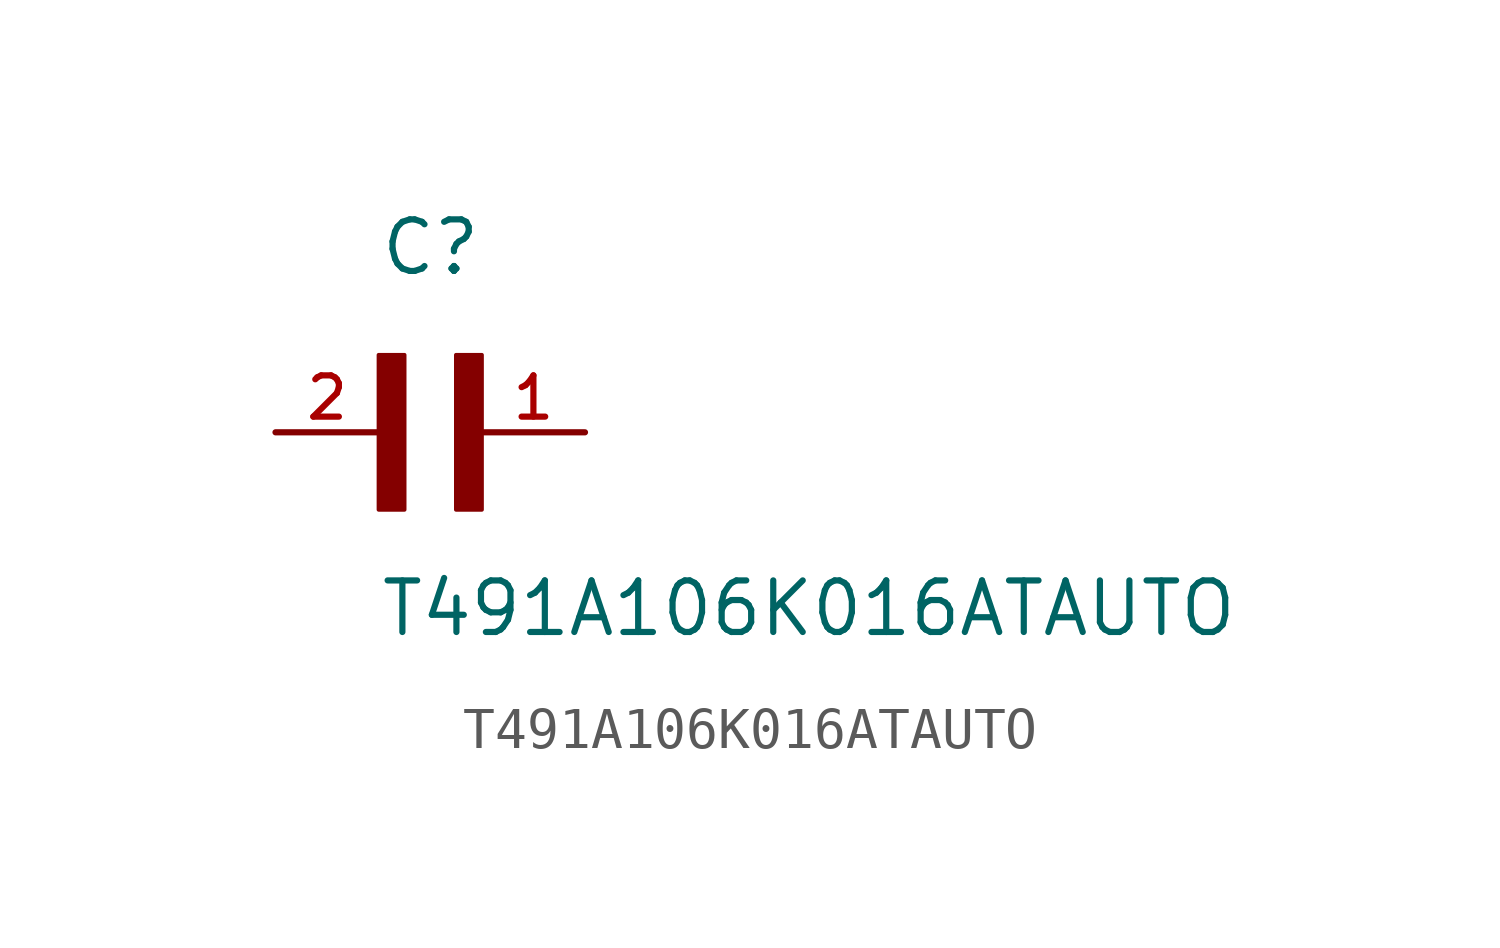
<source format=kicad_sym>
(kicad_symbol_lib
  (version 20211014)
  (generator kicad_symbol_editor)
  (symbol "T491A106K016ATAUTO"
    (pin_names
      (offset 1.016))
    (property "Reference" "C"
      (at 0.0 3.81 0)
      (effects (font (size 1.27 1.27)) (justify bottom left)))
    (property "Value" "T491A106K016ATAUTO"
      (at 0.0 -5.08 0)
      (effects (font (size 1.27 1.27)) (justify bottom left)))
    (symbol "T491A106K016ATAUTO_0_0"
      (rectangle (start 0.0 -1.905) (end 0.635 1.905) (stroke (width 0.1)) (fill (type outline)))
      (rectangle (start 1.905 -1.905) (end 2.54 1.905) (stroke (width 0.1)) (fill (type outline)))
      (pin passive line (at 5.08 0.0 180.0) (length 2.54) (name "~" (effects (font (size 1.016 1.016)))) (number "1" (effects (font (size 1.016 1.016)))))
      (pin passive line (at -2.54 0.0 0) (length 2.54) (name "~" (effects (font (size 1.016 1.016)))) (number "2" (effects (font (size 1.016 1.016))))))))
</source>
